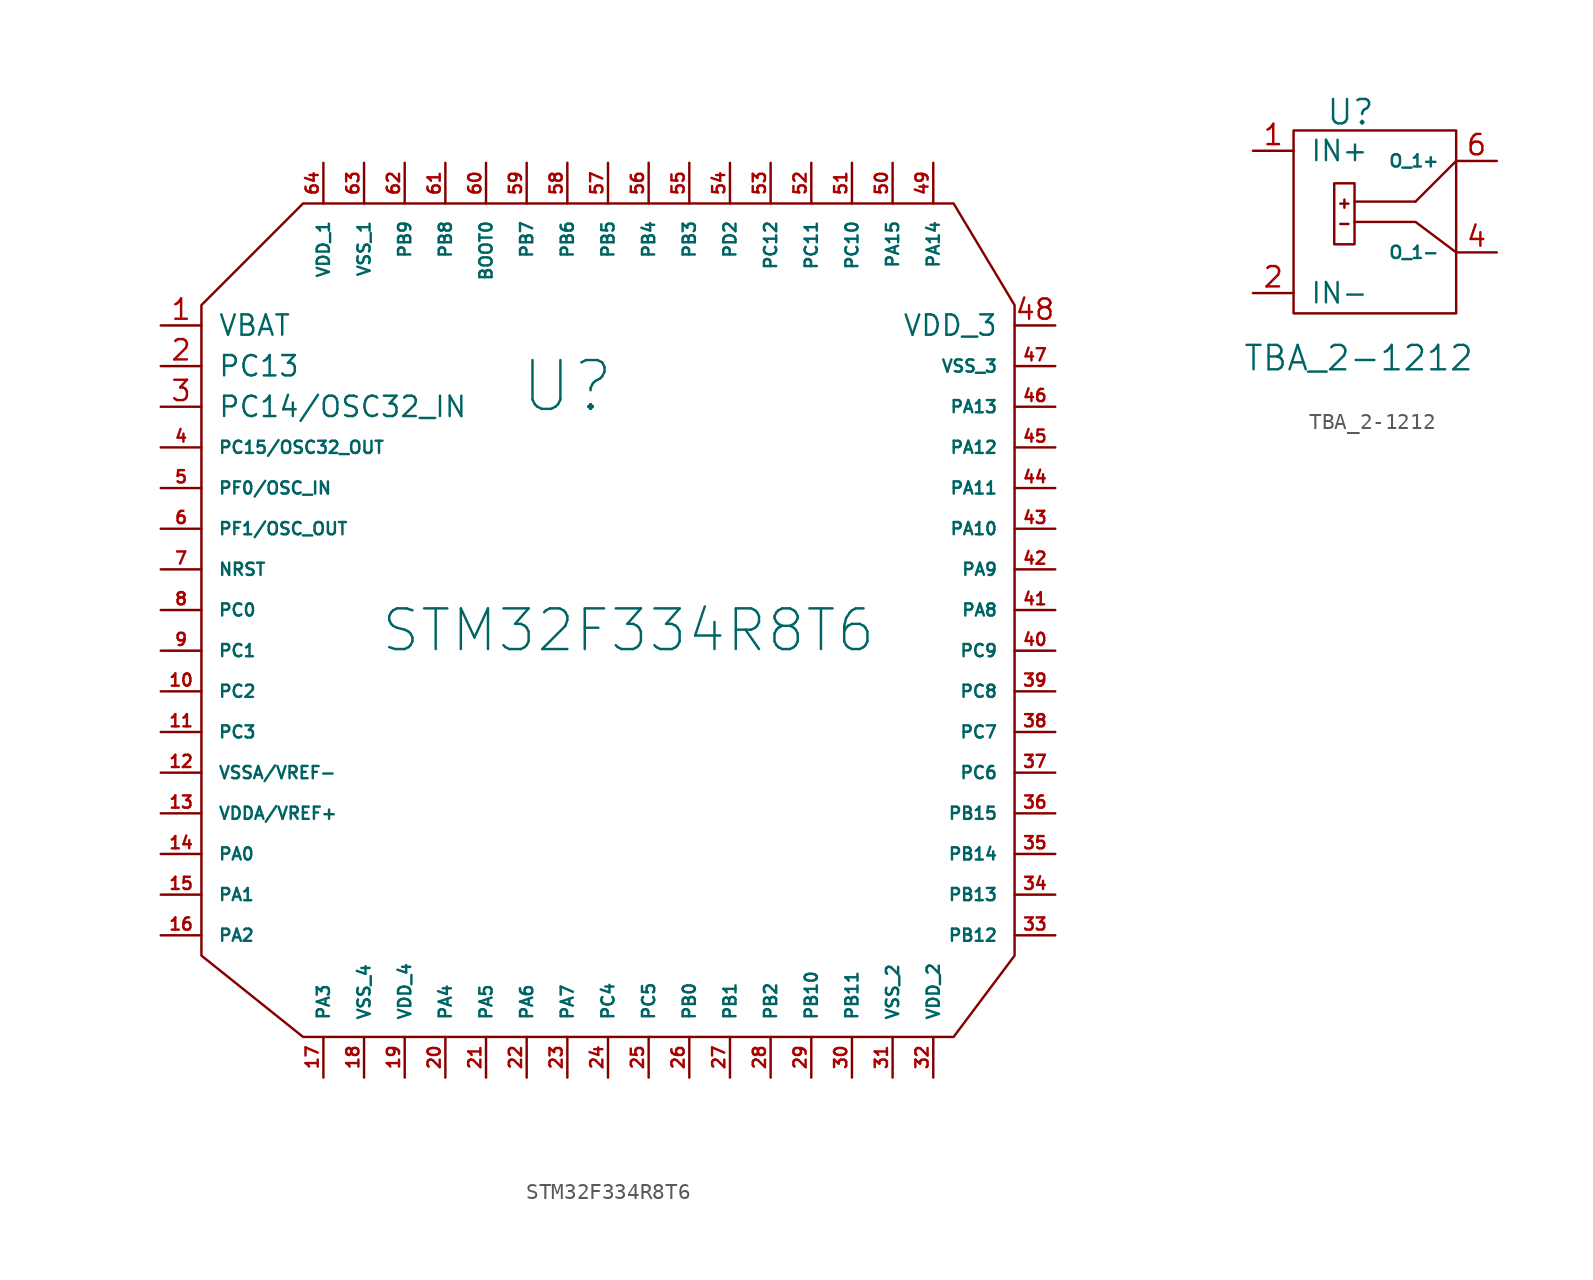
<source format=kicad_sym>
(kicad_symbol_lib
  (version 20220914)
  (generator kicad_symbol_editor)
  (symbol "STM32F334R8T6"
    (pin_names
      (offset 1.016))
    (property "Reference" "U"
      (at -3.81 15.24 0)
      (effects (font (size 3.048 3.048))))
    (property "Value" "STM32F334R8T6"
      (at 0 0 0)
      (effects (font (size 2.54 2.54))))
    (property "Footprint" ""
      (at 0 0 0)
      (effects (font (size 1.524 1.524))))
    (property "Datasheet" ""
      (at 0 0 0)
      (effects (font (size 1.524 1.524))))
    (symbol "STM32F334R8T6_0_1"
      (polyline (pts (xy -20.32 26.67) (xy -26.67 20.32) (xy -26.67 -20.32) (xy -20.32 -25.4) (xy 20.32 -25.4) (xy 24.13 -20.32) (xy 24.13 20.32) (xy 20.32 26.67) (xy -20.32 26.67)) (stroke (width 0) (type solid)) (fill (type none))))
    (symbol "STM32F334R8T6_1_1"
      (pin input line (at -29.21 19.05 0) (length 2.54) (name "VBAT" (effects (font (size 1.27 1.27)))) (number "1" (effects (font (size 1.27 1.27)))))
      (pin input line (at -29.21 -3.81 0) (length 2.54) (name "PC2" (effects (font (size 0.762 0.762)))) (number "10" (effects (font (size 0.762 0.762)))))
      (pin input line (at -29.21 -6.35 0) (length 2.54) (name "PC3" (effects (font (size 0.762 0.762)))) (number "11" (effects (font (size 0.762 0.762)))))
      (pin input line (at -29.21 -8.89 0) (length 2.54) (name "VSSA/VREF-" (effects (font (size 0.762 0.762)))) (number "12" (effects (font (size 0.762 0.762)))))
      (pin input line (at -29.21 -11.43 0) (length 2.54) (name "VDDA/VREF+" (effects (font (size 0.762 0.762)))) (number "13" (effects (font (size 0.762 0.762)))))
      (pin input line (at -29.21 -13.97 0) (length 2.54) (name "PA0" (effects (font (size 0.762 0.762)))) (number "14" (effects (font (size 0.762 0.762)))))
      (pin input line (at -29.21 -16.51 0) (length 2.54) (name "PA1" (effects (font (size 0.762 0.762)))) (number "15" (effects (font (size 0.762 0.762)))))
      (pin input line (at -29.21 -19.05 0) (length 2.54) (name "PA2" (effects (font (size 0.762 0.762)))) (number "16" (effects (font (size 0.762 0.762)))))
      (pin input line (at -19.05 -27.94 90) (length 2.54) (name "PA3" (effects (font (size 0.762 0.762)))) (number "17" (effects (font (size 0.762 0.762)))))
      (pin input line (at -16.51 -27.94 90) (length 2.54) (name "VSS_4" (effects (font (size 0.762 0.762)))) (number "18" (effects (font (size 0.762 0.762)))))
      (pin input line (at -13.97 -27.94 90) (length 2.54) (name "VDD_4" (effects (font (size 0.762 0.762)))) (number "19" (effects (font (size 0.762 0.762)))))
      (pin input line (at -29.21 16.51 0) (length 2.54) (name "PC13" (effects (font (size 1.27 1.27)))) (number "2" (effects (font (size 1.27 1.27)))))
      (pin input line (at -11.43 -27.94 90) (length 2.54) (name "PA4" (effects (font (size 0.762 0.762)))) (number "20" (effects (font (size 0.762 0.762)))))
      (pin input line (at -8.89 -27.94 90) (length 2.54) (name "PA5" (effects (font (size 0.762 0.762)))) (number "21" (effects (font (size 0.762 0.762)))))
      (pin input line (at -6.35 -27.94 90) (length 2.54) (name "PA6" (effects (font (size 0.762 0.762)))) (number "22" (effects (font (size 0.762 0.762)))))
      (pin input line (at -3.81 -27.94 90) (length 2.54) (name "PA7" (effects (font (size 0.762 0.762)))) (number "23" (effects (font (size 0.762 0.762)))))
      (pin input line (at -1.27 -27.94 90) (length 2.54) (name "PC4" (effects (font (size 0.762 0.762)))) (number "24" (effects (font (size 0.762 0.762)))))
      (pin input line (at 1.27 -27.94 90) (length 2.54) (name "PC5" (effects (font (size 0.762 0.762)))) (number "25" (effects (font (size 0.762 0.762)))))
      (pin input line (at 3.81 -27.94 90) (length 2.54) (name "PB0" (effects (font (size 0.762 0.762)))) (number "26" (effects (font (size 0.762 0.762)))))
      (pin input line (at 6.35 -27.94 90) (length 2.54) (name "PB1" (effects (font (size 0.762 0.762)))) (number "27" (effects (font (size 0.762 0.762)))))
      (pin input line (at 8.89 -27.94 90) (length 2.54) (name "PB2" (effects (font (size 0.762 0.762)))) (number "28" (effects (font (size 0.762 0.762)))))
      (pin input line (at 11.43 -27.94 90) (length 2.54) (name "PB10" (effects (font (size 0.762 0.762)))) (number "29" (effects (font (size 0.762 0.762)))))
      (pin input line (at -29.21 13.97 0) (length 2.54) (name "PC14/OSC32_IN" (effects (font (size 1.27 1.27)))) (number "3" (effects (font (size 1.27 1.27)))))
      (pin input line (at 13.97 -27.94 90) (length 2.54) (name "PB11" (effects (font (size 0.762 0.762)))) (number "30" (effects (font (size 0.762 0.762)))))
      (pin input line (at 16.51 -27.94 90) (length 2.54) (name "VSS_2" (effects (font (size 0.762 0.762)))) (number "31" (effects (font (size 0.762 0.762)))))
      (pin input line (at 19.05 -27.94 90) (length 2.54) (name "VDD_2" (effects (font (size 0.762 0.762)))) (number "32" (effects (font (size 0.762 0.762)))))
      (pin input line (at 26.67 -19.05 180) (length 2.54) (name "PB12" (effects (font (size 0.762 0.762)))) (number "33" (effects (font (size 0.762 0.762)))))
      (pin input line (at 26.67 -16.51 180) (length 2.54) (name "PB13" (effects (font (size 0.762 0.762)))) (number "34" (effects (font (size 0.762 0.762)))))
      (pin input line (at 26.67 -13.97 180) (length 2.54) (name "PB14" (effects (font (size 0.762 0.762)))) (number "35" (effects (font (size 0.762 0.762)))))
      (pin input line (at 26.67 -11.43 180) (length 2.54) (name "PB15" (effects (font (size 0.762 0.762)))) (number "36" (effects (font (size 0.762 0.762)))))
      (pin input line (at 26.67 -8.89 180) (length 2.54) (name "PC6" (effects (font (size 0.762 0.762)))) (number "37" (effects (font (size 0.762 0.762)))))
      (pin input line (at 26.67 -6.35 180) (length 2.54) (name "PC7" (effects (font (size 0.762 0.762)))) (number "38" (effects (font (size 0.762 0.762)))))
      (pin input line (at 26.67 -3.81 180) (length 2.54) (name "PC8" (effects (font (size 0.762 0.762)))) (number "39" (effects (font (size 0.762 0.762)))))
      (pin input line (at -29.21 11.43 0) (length 2.54) (name "PC15/OSC32_OUT" (effects (font (size 0.762 0.762)))) (number "4" (effects (font (size 0.762 0.762)))))
      (pin input line (at 26.67 -1.27 180) (length 2.54) (name "PC9" (effects (font (size 0.762 0.762)))) (number "40" (effects (font (size 0.762 0.762)))))
      (pin input line (at 26.67 1.27 180) (length 2.54) (name "PA8" (effects (font (size 0.762 0.762)))) (number "41" (effects (font (size 0.762 0.762)))))
      (pin input line (at 26.67 3.81 180) (length 2.54) (name "PA9" (effects (font (size 0.762 0.762)))) (number "42" (effects (font (size 0.762 0.762)))))
      (pin input line (at 26.67 6.35 180) (length 2.54) (name "PA10" (effects (font (size 0.762 0.762)))) (number "43" (effects (font (size 0.762 0.762)))))
      (pin input line (at 26.67 8.89 180) (length 2.54) (name "PA11" (effects (font (size 0.762 0.762)))) (number "44" (effects (font (size 0.762 0.762)))))
      (pin input line (at 26.67 11.43 180) (length 2.54) (name "PA12" (effects (font (size 0.762 0.762)))) (number "45" (effects (font (size 0.762 0.762)))))
      (pin input line (at 26.67 13.97 180) (length 2.54) (name "PA13" (effects (font (size 0.762 0.762)))) (number "46" (effects (font (size 0.762 0.762)))))
      (pin input line (at 26.67 16.51 180) (length 2.54) (name "VSS_3" (effects (font (size 0.762 0.762)))) (number "47" (effects (font (size 0.762 0.762)))))
      (pin input line (at 26.67 19.05 180) (length 2.54) (name "VDD_3" (effects (font (size 1.27 1.27)))) (number "48" (effects (font (size 1.27 1.27)))))
      (pin input line (at 19.05 29.21 270) (length 2.54) (name "PA14" (effects (font (size 0.762 0.762)))) (number "49" (effects (font (size 0.762 0.762)))))
      (pin input line (at -29.21 8.89 0) (length 2.54) (name "PF0/OSC_IN" (effects (font (size 0.762 0.762)))) (number "5" (effects (font (size 0.762 0.762)))))
      (pin input line (at 16.51 29.21 270) (length 2.54) (name "PA15" (effects (font (size 0.762 0.762)))) (number "50" (effects (font (size 0.762 0.762)))))
      (pin input line (at 13.97 29.21 270) (length 2.54) (name "PC10" (effects (font (size 0.762 0.762)))) (number "51" (effects (font (size 0.762 0.762)))))
      (pin input line (at 11.43 29.21 270) (length 2.54) (name "PC11" (effects (font (size 0.762 0.762)))) (number "52" (effects (font (size 0.762 0.762)))))
      (pin input line (at 8.89 29.21 270) (length 2.54) (name "PC12" (effects (font (size 0.762 0.762)))) (number "53" (effects (font (size 0.762 0.762)))))
      (pin input line (at 6.35 29.21 270) (length 2.54) (name "PD2" (effects (font (size 0.762 0.762)))) (number "54" (effects (font (size 0.762 0.762)))))
      (pin input line (at 3.81 29.21 270) (length 2.54) (name "PB3" (effects (font (size 0.762 0.762)))) (number "55" (effects (font (size 0.762 0.762)))))
      (pin input line (at 1.27 29.21 270) (length 2.54) (name "PB4" (effects (font (size 0.762 0.762)))) (number "56" (effects (font (size 0.762 0.762)))))
      (pin input line (at -1.27 29.21 270) (length 2.54) (name "PB5" (effects (font (size 0.762 0.762)))) (number "57" (effects (font (size 0.762 0.762)))))
      (pin input line (at -3.81 29.21 270) (length 2.54) (name "PB6" (effects (font (size 0.762 0.762)))) (number "58" (effects (font (size 0.762 0.762)))))
      (pin input line (at -6.35 29.21 270) (length 2.54) (name "PB7" (effects (font (size 0.762 0.762)))) (number "59" (effects (font (size 0.762 0.762)))))
      (pin input line (at -29.21 6.35 0) (length 2.54) (name "PF1/OSC_OUT" (effects (font (size 0.762 0.762)))) (number "6" (effects (font (size 0.762 0.762)))))
      (pin input line (at -8.89 29.21 270) (length 2.54) (name "BOOT0" (effects (font (size 0.762 0.762)))) (number "60" (effects (font (size 0.762 0.762)))))
      (pin input line (at -11.43 29.21 270) (length 2.54) (name "PB8" (effects (font (size 0.762 0.762)))) (number "61" (effects (font (size 0.762 0.762)))))
      (pin input line (at -13.97 29.21 270) (length 2.54) (name "PB9" (effects (font (size 0.762 0.762)))) (number "62" (effects (font (size 0.762 0.762)))))
      (pin input line (at -16.51 29.21 270) (length 2.54) (name "VSS_1" (effects (font (size 0.762 0.762)))) (number "63" (effects (font (size 0.762 0.762)))))
      (pin input line (at -19.05 29.21 270) (length 2.54) (name "VDD_1" (effects (font (size 0.762 0.762)))) (number "64" (effects (font (size 0.762 0.762)))))
      (pin input line (at -29.21 3.81 0) (length 2.54) (name "NRST" (effects (font (size 0.762 0.762)))) (number "7" (effects (font (size 0.762 0.762)))))
      (pin input line (at -29.21 1.27 0) (length 2.54) (name "PC0" (effects (font (size 0.762 0.762)))) (number "8" (effects (font (size 0.762 0.762)))))
      (pin input line (at -29.21 -1.27 0) (length 2.54) (name "PC1" (effects (font (size 0.762 0.762)))) (number "9" (effects (font (size 0.762 0.762)))))))
  (symbol "TBA_2-1212"
    (pin_names
      (offset 1.016))
    (property "Reference" "U"
      (at -0.254 7.493 0)
      (effects (font (size 1.524 1.524))))
    (property "Value" "TBA_2-1212"
      (at 0.254 -7.874 0)
      (effects (font (size 1.524 1.524))))
    (property "Footprint" ""
      (at 0 -2.921 0)
      (effects (font (size 1.524 1.524))))
    (property "Datasheet" ""
      (at 0 -2.921 0)
      (effects (font (size 1.524 1.524))))
    (symbol "TBA_2-1212_0_1"
      (rectangle (start -0.889 0.508) (end -0.381 0.508) (stroke (width 0) (type solid)) (fill (type none)))
      (rectangle (start -0.889 1.778) (end -0.381 1.778) (stroke (width 0) (type solid)) (fill (type none)))
      (rectangle (start -0.635 2.032) (end -0.635 1.524) (stroke (width 0) (type solid)) (fill (type none)))
      (polyline (pts (xy 0 1.905) (xy 3.81 1.905)) (stroke (width 0) (type solid)) (fill (type none)))
      (polyline (pts (xy 6.35 4.445) (xy 3.81 1.905)) (stroke (width 0) (type solid)) (fill (type none)))
      (polyline (pts (xy 0 0.635) (xy 3.81 0.635) (xy 6.35 -1.27)) (stroke (width 0) (type solid)) (fill (type none)))
      (polyline (pts (xy -3.81 6.35) (xy 6.35 6.35) (xy 6.35 -5.08) (xy -3.81 -5.08) (xy -3.81 6.35)) (stroke (width 0) (type solid)) (fill (type none)))
      (polyline (pts (xy -1.27 3.048) (xy 0 3.048) (xy 0 -0.762) (xy -1.27 -0.762) (xy -1.27 3.048)) (stroke (width 0) (type solid)) (fill (type none))))
    (symbol "TBA_2-1212_1_1"
      (pin input line (at -6.35 5.08 0) (length 2.54) (name "IN+" (effects (font (size 1.27 1.27)))) (number "1" (effects (font (size 1.27 1.27)))))
      (pin power_in line (at -6.35 -3.81 0) (length 2.54) (name "IN-" (effects (font (size 1.27 1.27)))) (number "2" (effects (font (size 1.27 1.27)))))
      (pin power_out line (at 8.89 -1.27 180) (length 2.54) (name "O_1-" (effects (font (size 0.762 0.762)))) (number "4" (effects (font (size 1.27 1.27)))))
      (pin power_out line (at 8.89 4.445 180) (length 2.54) (name "O_1+" (effects (font (size 0.762 0.762)))) (number "6" (effects (font (size 1.27 1.27))))))))
</source>
